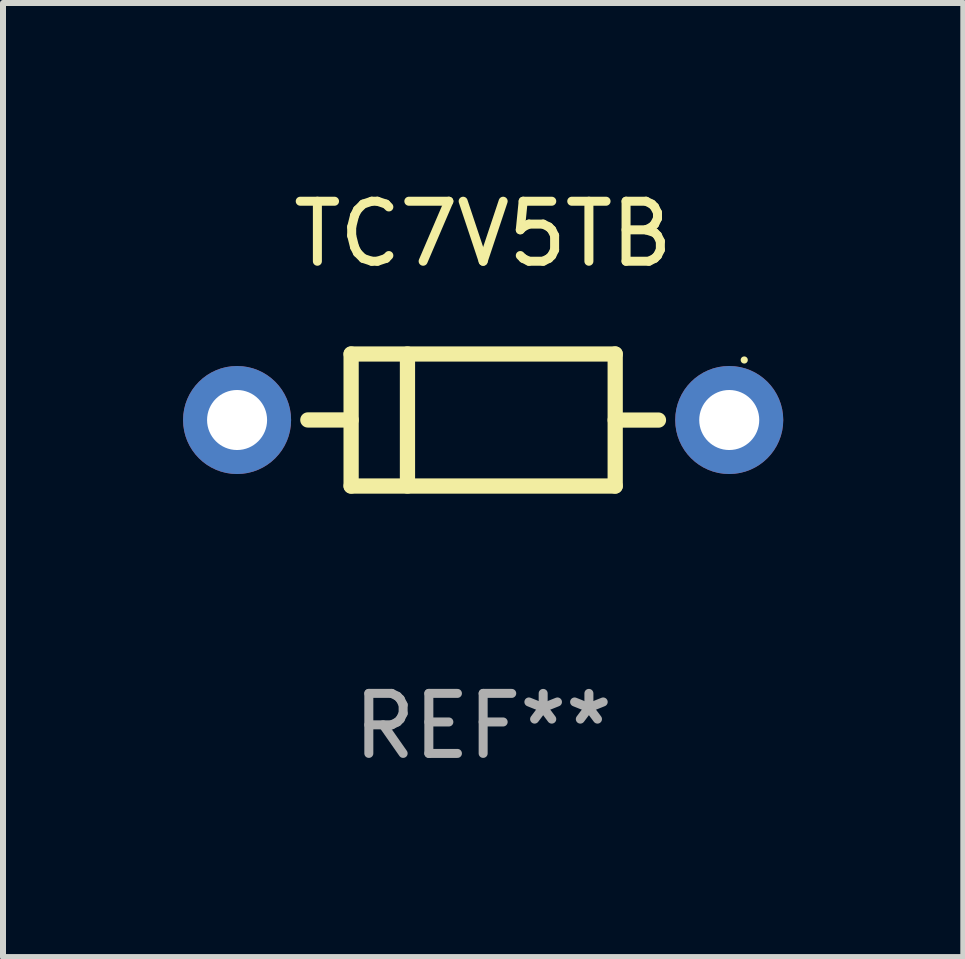
<source format=kicad_pcb>
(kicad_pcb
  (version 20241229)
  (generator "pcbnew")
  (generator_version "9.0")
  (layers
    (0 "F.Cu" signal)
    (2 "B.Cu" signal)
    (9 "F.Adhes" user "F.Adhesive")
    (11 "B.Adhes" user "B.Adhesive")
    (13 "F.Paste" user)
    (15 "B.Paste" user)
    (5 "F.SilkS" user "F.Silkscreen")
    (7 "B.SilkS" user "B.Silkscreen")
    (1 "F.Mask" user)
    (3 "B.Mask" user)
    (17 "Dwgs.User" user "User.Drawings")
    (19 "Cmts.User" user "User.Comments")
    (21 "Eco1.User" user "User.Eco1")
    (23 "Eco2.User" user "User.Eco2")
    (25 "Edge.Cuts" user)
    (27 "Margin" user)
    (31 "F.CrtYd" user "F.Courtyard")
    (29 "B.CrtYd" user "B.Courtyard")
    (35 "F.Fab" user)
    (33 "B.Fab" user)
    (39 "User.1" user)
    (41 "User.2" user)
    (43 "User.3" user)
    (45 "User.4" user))
  (footprint "TC7V5TB"
    (layer "F.Cu")
    (at 5 3.948)
    (property "Reference" "TC7V5TB" (at 0 -3.1 0) (layer "F.SilkS") (effects (font (size 1 1) (thickness 0.15))))
    (attr through_hole)
    (fp_line (start -2.2 -1.1) (end -2.2 1.1) (stroke (width 0.254) (type solid)) (layer "F.SilkS"))
    (fp_line (start -2.2 -1.1) (end 2.2 -1.1) (stroke (width 0.254) (type solid)) (layer "F.SilkS"))
    (fp_line (start -2.2 -0.001) (end -2.921 -0.001) (stroke (width 0.254) (type solid)) (layer "F.SilkS"))
    (fp_line (start -2.2 1.1) (end 2.2 1.1) (stroke (width 0.254) (type solid)) (layer "F.SilkS"))
    (fp_line (start -1.261 -1.1) (end -1.261 1.1) (stroke (width 0.254) (type solid)) (layer "F.SilkS"))
    (fp_line (start 2.2 -1.1) (end 2.2 1.1) (stroke (width 0.254) (type solid)) (layer "F.SilkS"))
    (fp_line (start 2.2 0.001) (end 2.921 0.001) (stroke (width 0.254) (type solid)) (layer "F.SilkS"))
    (fp_circle (center 4.35 -1) (end 4.38 -1) (stroke (width 0.06) (type solid)) (fill no) (layer "F.SilkS"))
    (fp_text user "REF**" (at 0 5.1 0) (layer "F.Fab") (effects (font (size 1 1) (thickness 0.15))))
    (pad "1" thru_hole circle (at 4.1 0) (size 1.8 1.8) (drill 1) (layers "*.Cu" "*.Mask"))
    (pad "2" thru_hole circle (at -4.1 0) (size 1.8 1.8) (drill 1) (layers "*.Cu" "*.Mask")))
  (gr_rect
    (start -3 -3)
    (end 13 12.896)
    (stroke (width 0.1) (type default))
    (fill no)
    (layer "Edge.Cuts")))
</source>
